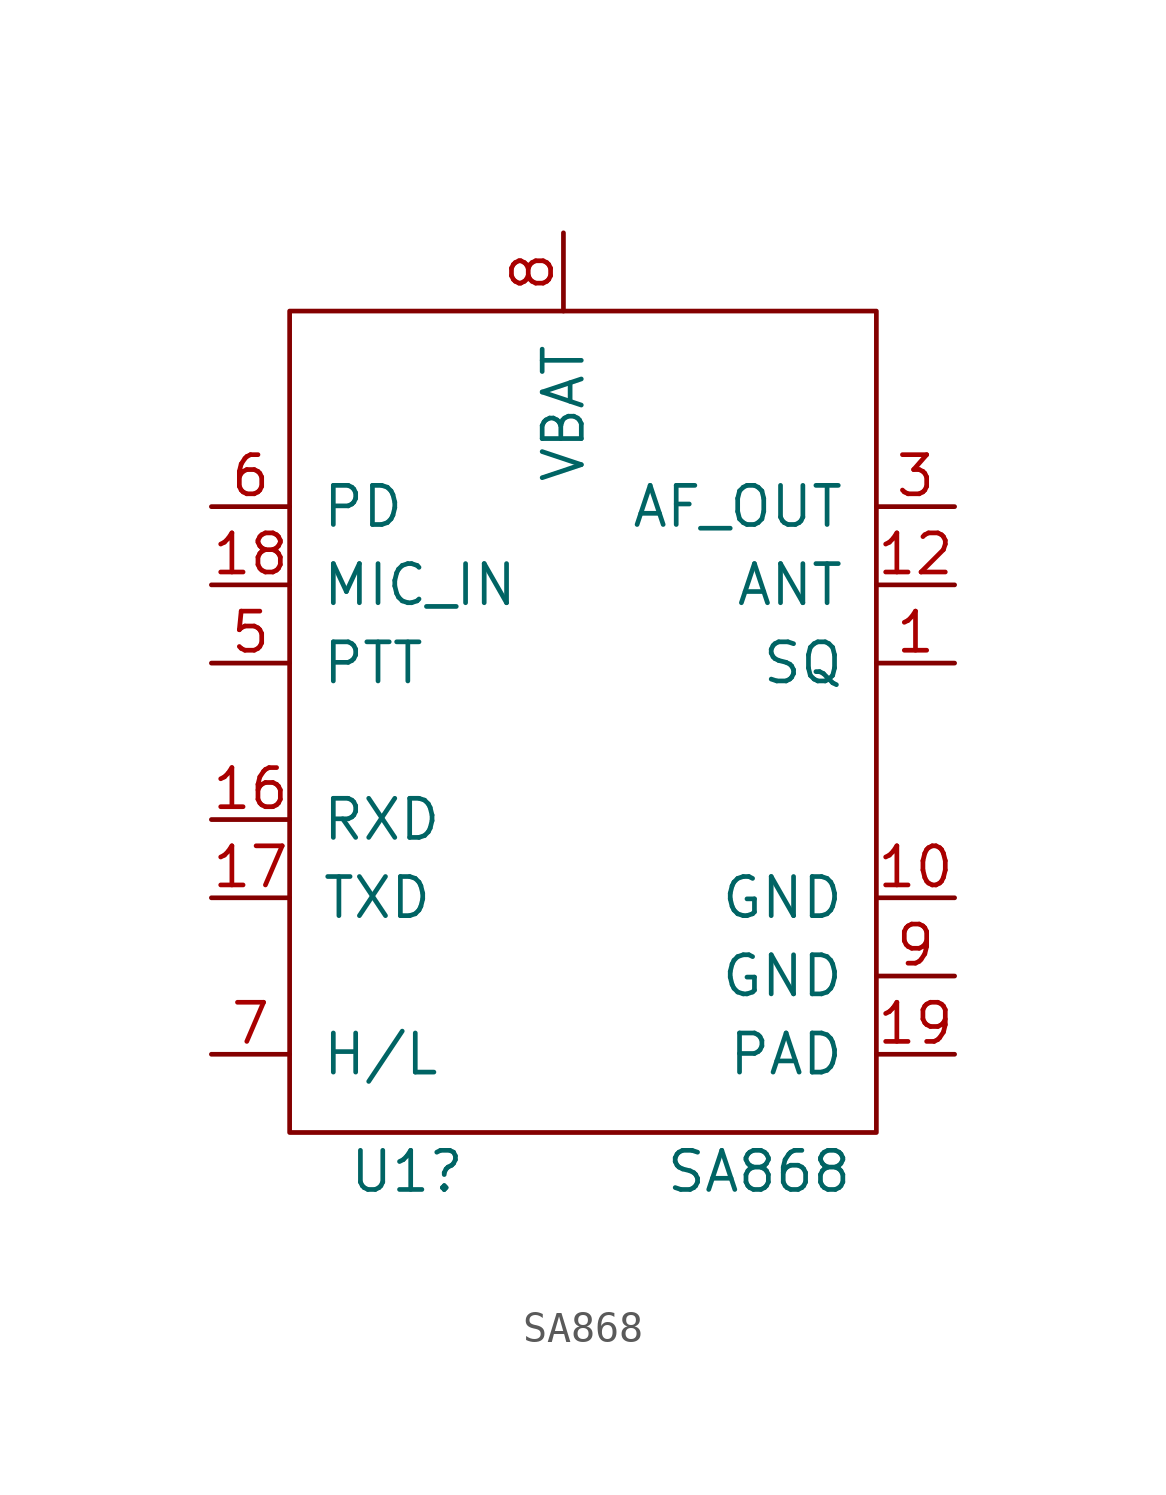
<source format=kicad_sym>
(kicad_symbol_lib
  (version 20211014)
  (generator kicad_symbol_editor)
  (symbol "SA868"
    (pin_names
      (offset 1.016))
    (property "Reference" "U1"
      (at -6.35 -15.24 0)
      (effects (font (size 1.27 1.27))))
    (property "Value" "SA868"
      (at 5.08 -15.24 0)
      (effects (font (size 1.27 1.27))))
    (symbol "SA868_0_1"
      (rectangle (start -10.16 12.7) (end 8.89 -13.97) (stroke (width 0) (type default) (color 0 0 0 0)) (fill (type none))))
    (symbol "SA868_1_1"
      (pin input line (at 11.43 1.27 180) (length 2.54) (name "SQ" (effects (font (size 1.27 1.27)))) (number "1" (effects (font (size 1.27 1.27)))))
      (pin input line (at 11.43 -6.35 180) (length 2.54) (name "GND" (effects (font (size 1.27 1.27)))) (number "10" (effects (font (size 1.27 1.27)))))
      (pin bidirectional line (at 11.43 3.81 180) (length 2.54) (name "ANT" (effects (font (size 1.27 1.27)))) (number "12" (effects (font (size 1.27 1.27)))))
      (pin input line (at -12.7 -3.81 0) (length 2.54) (name "RXD" (effects (font (size 1.27 1.27)))) (number "16" (effects (font (size 1.27 1.27)))))
      (pin input line (at -12.7 -6.35 0) (length 2.54) (name "TXD" (effects (font (size 1.27 1.27)))) (number "17" (effects (font (size 1.27 1.27)))))
      (pin input line (at -12.7 3.81 0) (length 2.54) (name "MIC_IN" (effects (font (size 1.27 1.27)))) (number "18" (effects (font (size 1.27 1.27)))))
      (pin input line (at 11.43 -11.43 180) (length 2.54) (name "PAD" (effects (font (size 1.27 1.27)))) (number "19" (effects (font (size 1.27 1.27)))))
      (pin output line (at 11.43 6.35 180) (length 2.54) (name "AF_OUT" (effects (font (size 1.27 1.27)))) (number "3" (effects (font (size 1.27 1.27)))))
      (pin input line (at -12.7 1.27 0) (length 2.54) (name "PTT" (effects (font (size 1.27 1.27)))) (number "5" (effects (font (size 1.27 1.27)))))
      (pin input line (at -12.7 6.35 0) (length 2.54) (name "PD" (effects (font (size 1.27 1.27)))) (number "6" (effects (font (size 1.27 1.27)))))
      (pin input line (at -12.7 -11.43 0) (length 2.54) (name "H/L" (effects (font (size 1.27 1.27)))) (number "7" (effects (font (size 1.27 1.27)))))
      (pin power_in line (at -1.27 15.24 270) (length 2.54) (name "VBAT" (effects (font (size 1.27 1.27)))) (number "8" (effects (font (size 1.27 1.27)))))
      (pin input line (at 11.43 -8.89 180) (length 2.54) (name "GND" (effects (font (size 1.27 1.27)))) (number "9" (effects (font (size 1.27 1.27))))))))
</source>
